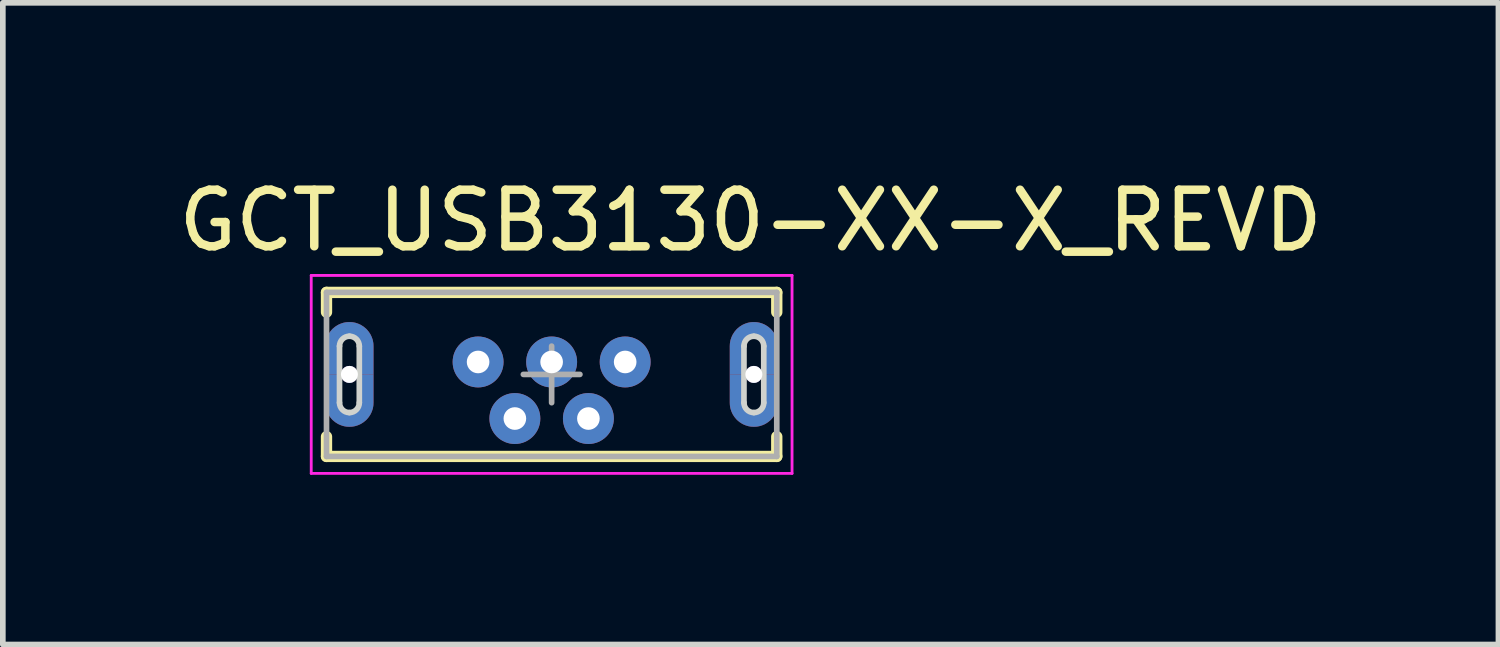
<source format=kicad_pcb>
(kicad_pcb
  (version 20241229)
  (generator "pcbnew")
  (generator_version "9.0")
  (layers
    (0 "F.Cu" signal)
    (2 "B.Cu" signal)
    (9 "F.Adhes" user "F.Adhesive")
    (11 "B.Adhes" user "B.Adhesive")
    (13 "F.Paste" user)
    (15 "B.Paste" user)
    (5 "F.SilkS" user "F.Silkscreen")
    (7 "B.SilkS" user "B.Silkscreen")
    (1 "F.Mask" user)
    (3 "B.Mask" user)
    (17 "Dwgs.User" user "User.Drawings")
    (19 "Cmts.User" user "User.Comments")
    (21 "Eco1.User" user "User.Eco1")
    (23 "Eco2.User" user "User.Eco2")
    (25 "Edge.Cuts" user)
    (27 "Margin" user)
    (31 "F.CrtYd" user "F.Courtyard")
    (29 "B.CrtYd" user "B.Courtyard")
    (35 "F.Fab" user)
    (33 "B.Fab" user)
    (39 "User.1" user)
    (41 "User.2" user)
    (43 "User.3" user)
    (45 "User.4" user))
  (footprint "GCT_USB3130-XX-X_REVD"
    (layer "F.Cu")
    (at 6.702 3.569)
    (property "Reference" "GCT_USB3130-XX-X_REVD" (at 3.518 -2.72 0) (layer "F.SilkS") (effects (font (size 1 1) (thickness 0.15))))
    (attr smd)
    (fp_poly (pts (xy -3.76 0) (xy -4 0) (xy -4 0.5) (xy -3.999 0.522) (xy -3.998 0.544) (xy -3.995 0.566) (xy -3.991 0.588) (xy -3.986 0.61) (xy -3.979 0.631) (xy -3.972 0.652) (xy -3.963 0.673) (xy -3.954 0.693) (xy -3.943 0.713) (xy -3.931 0.731) (xy -3.919 0.75) (xy -3.905 0.767) (xy -3.891 0.784) (xy -3.876 0.801) (xy -3.859 0.816) (xy -3.842 0.83) (xy -3.825 0.844) (xy -3.806 0.856) (xy -3.788 0.868) (xy -3.768 0.879) (xy -3.748 0.888) (xy -3.727 0.897) (xy -3.706 0.904) (xy -3.685 0.911) (xy -3.663 0.916) (xy -3.641 0.92) (xy -3.619 0.923) (xy -3.597 0.924) (xy -3.575 0.925) (xy -3.553 0.924) (xy -3.531 0.923) (xy -3.509 0.92) (xy -3.487 0.916) (xy -3.465 0.911) (xy -3.444 0.904) (xy -3.423 0.897) (xy -3.402 0.888) (xy -3.382 0.879) (xy -3.362 0.868) (xy -3.344 0.856) (xy -3.325 0.844) (xy -3.308 0.83) (xy -3.291 0.816) (xy -3.274 0.801) (xy -3.259 0.784) (xy -3.245 0.767) (xy -3.231 0.75) (xy -3.219 0.731) (xy -3.207 0.713) (xy -3.196 0.693) (xy -3.187 0.673) (xy -3.178 0.652) (xy -3.171 0.631) (xy -3.164 0.61) (xy -3.159 0.588) (xy -3.155 0.566) (xy -3.152 0.544) (xy -3.151 0.522) (xy -3.15 0.5) (xy -3.15 0) (xy -3.39 0) (xy -3.4 0.5) (xy -3.4 0.509) (xy -3.401 0.518) (xy -3.402 0.527) (xy -3.404 0.536) (xy -3.406 0.545) (xy -3.409 0.554) (xy -3.412 0.563) (xy -3.415 0.571) (xy -3.419 0.579) (xy -3.423 0.588) (xy -3.428 0.595) (xy -3.433 0.603) (xy -3.439 0.61) (xy -3.445 0.617) (xy -3.451 0.624) (xy -3.458 0.63) (xy -3.465 0.636) (xy -3.472 0.642) (xy -3.48 0.647) (xy -3.487 0.652) (xy -3.496 0.656) (xy -3.504 0.66) (xy -3.512 0.663) (xy -3.521 0.666) (xy -3.53 0.669) (xy -3.539 0.671) (xy -3.548 0.673) (xy -3.557 0.674) (xy -3.566 0.675) (xy -3.575 0.675) (xy -3.584 0.675) (xy -3.593 0.674) (xy -3.602 0.673) (xy -3.611 0.671) (xy -3.62 0.669) (xy -3.629 0.666) (xy -3.638 0.663) (xy -3.646 0.66) (xy -3.654 0.656) (xy -3.663 0.652) (xy -3.67 0.647) (xy -3.678 0.642) (xy -3.685 0.636) (xy -3.692 0.63) (xy -3.699 0.624) (xy -3.705 0.617) (xy -3.711 0.61) (xy -3.717 0.603) (xy -3.722 0.595) (xy -3.727 0.588) (xy -3.731 0.579) (xy -3.735 0.571) (xy -3.738 0.563) (xy -3.741 0.554) (xy -3.744 0.545) (xy -3.746 0.536) (xy -3.748 0.527) (xy -3.749 0.518) (xy -3.75 0.509) (xy -3.75 0.5) (xy -3.76 0)) (stroke (width 0.001) (type solid)) (fill yes) (layer "F.Cu"))
    (fp_poly (pts (xy -3.38 0) (xy -3.15 0) (xy -3.15 -0.5) (xy -3.151 -0.522) (xy -3.152 -0.544) (xy -3.155 -0.566) (xy -3.159 -0.588) (xy -3.164 -0.61) (xy -3.171 -0.631) (xy -3.178 -0.652) (xy -3.187 -0.673) (xy -3.196 -0.693) (xy -3.207 -0.713) (xy -3.219 -0.731) (xy -3.231 -0.75) (xy -3.245 -0.767) (xy -3.259 -0.784) (xy -3.274 -0.801) (xy -3.291 -0.816) (xy -3.308 -0.83) (xy -3.325 -0.844) (xy -3.344 -0.856) (xy -3.362 -0.868) (xy -3.382 -0.879) (xy -3.402 -0.888) (xy -3.423 -0.897) (xy -3.444 -0.904) (xy -3.465 -0.911) (xy -3.487 -0.916) (xy -3.509 -0.92) (xy -3.531 -0.923) (xy -3.553 -0.924) (xy -3.575 -0.925) (xy -3.597 -0.924) (xy -3.619 -0.923) (xy -3.641 -0.92) (xy -3.663 -0.916) (xy -3.685 -0.911) (xy -3.706 -0.904) (xy -3.727 -0.897) (xy -3.748 -0.888) (xy -3.768 -0.879) (xy -3.788 -0.868) (xy -3.806 -0.856) (xy -3.825 -0.844) (xy -3.842 -0.83) (xy -3.859 -0.816) (xy -3.876 -0.801) (xy -3.891 -0.784) (xy -3.905 -0.767) (xy -3.919 -0.75) (xy -3.931 -0.731) (xy -3.943 -0.713) (xy -3.954 -0.693) (xy -3.963 -0.673) (xy -3.972 -0.652) (xy -3.979 -0.631) (xy -3.986 -0.61) (xy -3.991 -0.588) (xy -3.995 -0.566) (xy -3.998 -0.544) (xy -3.999 -0.522) (xy -4 -0.5) (xy -4 0) (xy -3.76 0) (xy -3.75 -0.5) (xy -3.75 -0.509) (xy -3.749 -0.518) (xy -3.748 -0.527) (xy -3.746 -0.536) (xy -3.744 -0.545) (xy -3.741 -0.554) (xy -3.738 -0.563) (xy -3.735 -0.571) (xy -3.731 -0.579) (xy -3.727 -0.588) (xy -3.722 -0.595) (xy -3.717 -0.603) (xy -3.711 -0.61) (xy -3.705 -0.617) (xy -3.699 -0.624) (xy -3.692 -0.63) (xy -3.685 -0.636) (xy -3.678 -0.642) (xy -3.67 -0.647) (xy -3.663 -0.652) (xy -3.654 -0.656) (xy -3.646 -0.66) (xy -3.638 -0.663) (xy -3.629 -0.666) (xy -3.62 -0.669) (xy -3.611 -0.671) (xy -3.602 -0.673) (xy -3.593 -0.674) (xy -3.584 -0.675) (xy -3.575 -0.675) (xy -3.566 -0.675) (xy -3.557 -0.674) (xy -3.548 -0.673) (xy -3.539 -0.671) (xy -3.53 -0.669) (xy -3.521 -0.666) (xy -3.512 -0.663) (xy -3.504 -0.66) (xy -3.496 -0.656) (xy -3.487 -0.652) (xy -3.48 -0.647) (xy -3.472 -0.642) (xy -3.465 -0.636) (xy -3.458 -0.63) (xy -3.451 -0.624) (xy -3.445 -0.617) (xy -3.439 -0.61) (xy -3.433 -0.603) (xy -3.428 -0.595) (xy -3.423 -0.588) (xy -3.419 -0.579) (xy -3.415 -0.571) (xy -3.412 -0.563) (xy -3.409 -0.554) (xy -3.406 -0.545) (xy -3.404 -0.536) (xy -3.402 -0.527) (xy -3.401 -0.518) (xy -3.4 -0.509) (xy -3.4 -0.5) (xy -3.39 0)) (stroke (width 0.001) (type solid)) (fill yes) (layer "F.Cu"))
    (fp_poly (pts (xy 3.39 0) (xy 3.15 0) (xy 3.15 0.5) (xy 3.151 0.522) (xy 3.152 0.544) (xy 3.155 0.566) (xy 3.159 0.588) (xy 3.164 0.61) (xy 3.171 0.631) (xy 3.178 0.652) (xy 3.187 0.673) (xy 3.196 0.693) (xy 3.207 0.713) (xy 3.219 0.731) (xy 3.231 0.75) (xy 3.245 0.767) (xy 3.259 0.784) (xy 3.274 0.801) (xy 3.291 0.816) (xy 3.308 0.83) (xy 3.325 0.844) (xy 3.344 0.856) (xy 3.362 0.868) (xy 3.382 0.879) (xy 3.402 0.888) (xy 3.423 0.897) (xy 3.444 0.904) (xy 3.465 0.911) (xy 3.487 0.916) (xy 3.509 0.92) (xy 3.531 0.923) (xy 3.553 0.924) (xy 3.575 0.925) (xy 3.597 0.924) (xy 3.619 0.923) (xy 3.641 0.92) (xy 3.663 0.916) (xy 3.685 0.911) (xy 3.706 0.904) (xy 3.727 0.897) (xy 3.748 0.888) (xy 3.768 0.879) (xy 3.788 0.868) (xy 3.806 0.856) (xy 3.825 0.844) (xy 3.842 0.83) (xy 3.859 0.816) (xy 3.876 0.801) (xy 3.891 0.784) (xy 3.905 0.767) (xy 3.919 0.75) (xy 3.931 0.731) (xy 3.943 0.713) (xy 3.954 0.693) (xy 3.963 0.673) (xy 3.972 0.652) (xy 3.979 0.631) (xy 3.986 0.61) (xy 3.991 0.588) (xy 3.995 0.566) (xy 3.998 0.544) (xy 3.999 0.522) (xy 4 0.5) (xy 4 0) (xy 3.76 0) (xy 3.75 0.5) (xy 3.75 0.509) (xy 3.749 0.518) (xy 3.748 0.527) (xy 3.746 0.536) (xy 3.744 0.545) (xy 3.741 0.554) (xy 3.738 0.563) (xy 3.735 0.571) (xy 3.731 0.579) (xy 3.727 0.588) (xy 3.722 0.595) (xy 3.717 0.603) (xy 3.711 0.61) (xy 3.705 0.617) (xy 3.699 0.624) (xy 3.692 0.63) (xy 3.685 0.636) (xy 3.678 0.642) (xy 3.67 0.647) (xy 3.663 0.652) (xy 3.654 0.656) (xy 3.646 0.66) (xy 3.638 0.663) (xy 3.629 0.666) (xy 3.62 0.669) (xy 3.611 0.671) (xy 3.602 0.673) (xy 3.593 0.674) (xy 3.584 0.675) (xy 3.575 0.675) (xy 3.566 0.675) (xy 3.557 0.674) (xy 3.548 0.673) (xy 3.539 0.671) (xy 3.53 0.669) (xy 3.521 0.666) (xy 3.512 0.663) (xy 3.504 0.66) (xy 3.496 0.656) (xy 3.487 0.652) (xy 3.48 0.647) (xy 3.472 0.642) (xy 3.465 0.636) (xy 3.458 0.63) (xy 3.451 0.624) (xy 3.445 0.617) (xy 3.439 0.61) (xy 3.433 0.603) (xy 3.428 0.595) (xy 3.423 0.588) (xy 3.419 0.579) (xy 3.415 0.571) (xy 3.412 0.563) (xy 3.409 0.554) (xy 3.406 0.545) (xy 3.404 0.536) (xy 3.402 0.527) (xy 3.401 0.518) (xy 3.4 0.509) (xy 3.4 0.5) (xy 3.39 0)) (stroke (width 0.001) (type solid)) (fill yes) (layer "F.Cu"))
    (fp_poly (pts (xy 3.76 0) (xy 4 0) (xy 4 -0.5) (xy 3.999 -0.522) (xy 3.998 -0.544) (xy 3.995 -0.566) (xy 3.991 -0.588) (xy 3.986 -0.61) (xy 3.979 -0.631) (xy 3.972 -0.652) (xy 3.963 -0.673) (xy 3.954 -0.693) (xy 3.943 -0.713) (xy 3.931 -0.731) (xy 3.919 -0.75) (xy 3.905 -0.767) (xy 3.891 -0.784) (xy 3.876 -0.801) (xy 3.859 -0.816) (xy 3.842 -0.83) (xy 3.825 -0.844) (xy 3.806 -0.856) (xy 3.788 -0.868) (xy 3.768 -0.879) (xy 3.748 -0.888) (xy 3.727 -0.897) (xy 3.706 -0.904) (xy 3.685 -0.911) (xy 3.663 -0.916) (xy 3.641 -0.92) (xy 3.619 -0.923) (xy 3.597 -0.924) (xy 3.575 -0.925) (xy 3.553 -0.924) (xy 3.531 -0.923) (xy 3.509 -0.92) (xy 3.487 -0.916) (xy 3.465 -0.911) (xy 3.444 -0.904) (xy 3.423 -0.897) (xy 3.402 -0.888) (xy 3.382 -0.879) (xy 3.362 -0.868) (xy 3.344 -0.856) (xy 3.325 -0.844) (xy 3.308 -0.83) (xy 3.291 -0.816) (xy 3.274 -0.801) (xy 3.259 -0.784) (xy 3.245 -0.767) (xy 3.231 -0.75) (xy 3.219 -0.731) (xy 3.207 -0.713) (xy 3.196 -0.693) (xy 3.187 -0.673) (xy 3.178 -0.652) (xy 3.171 -0.631) (xy 3.164 -0.61) (xy 3.159 -0.588) (xy 3.155 -0.566) (xy 3.152 -0.544) (xy 3.151 -0.522) (xy 3.15 -0.5) (xy 3.15 0) (xy 3.39 0) (xy 3.4 -0.5) (xy 3.4 -0.509) (xy 3.401 -0.518) (xy 3.402 -0.527) (xy 3.404 -0.536) (xy 3.406 -0.545) (xy 3.409 -0.554) (xy 3.412 -0.563) (xy 3.415 -0.571) (xy 3.419 -0.579) (xy 3.423 -0.588) (xy 3.428 -0.595) (xy 3.433 -0.603) (xy 3.439 -0.61) (xy 3.445 -0.617) (xy 3.451 -0.624) (xy 3.458 -0.63) (xy 3.465 -0.636) (xy 3.472 -0.642) (xy 3.48 -0.647) (xy 3.487 -0.652) (xy 3.496 -0.656) (xy 3.504 -0.66) (xy 3.512 -0.663) (xy 3.521 -0.666) (xy 3.53 -0.669) (xy 3.539 -0.671) (xy 3.548 -0.673) (xy 3.557 -0.674) (xy 3.566 -0.675) (xy 3.575 -0.675) (xy 3.584 -0.675) (xy 3.593 -0.674) (xy 3.602 -0.673) (xy 3.611 -0.671) (xy 3.62 -0.669) (xy 3.629 -0.666) (xy 3.638 -0.663) (xy 3.646 -0.66) (xy 3.654 -0.656) (xy 3.663 -0.652) (xy 3.67 -0.647) (xy 3.678 -0.642) (xy 3.685 -0.636) (xy 3.692 -0.63) (xy 3.699 -0.624) (xy 3.705 -0.617) (xy 3.711 -0.61) (xy 3.717 -0.603) (xy 3.722 -0.595) (xy 3.727 -0.588) (xy 3.731 -0.579) (xy 3.735 -0.571) (xy 3.738 -0.563) (xy 3.741 -0.554) (xy 3.744 -0.545) (xy 3.746 -0.536) (xy 3.748 -0.527) (xy 3.749 -0.518) (xy 3.75 -0.509) (xy 3.75 -0.5) (xy 3.76 0)) (stroke (width 0.001) (type solid)) (fill yes) (layer "F.Cu"))
    (fp_poly (pts (xy -4.107 -1.025) (xy -3.05 -1.025) (xy -3.05 1.027) (xy -4.107 1.027)) (stroke (width 0.01) (type solid)) (fill yes) (layer "F.Mask"))
    (fp_poly (pts (xy 3.055 -1.025) (xy 4.1 -1.025) (xy 4.1 1.027) (xy 3.055 1.027)) (stroke (width 0.01) (type solid)) (fill yes) (layer "F.Mask"))
    (fp_poly (pts (xy -3.75 0) (xy -4 0) (xy -4 0.5) (xy -3.999 0.522) (xy -3.998 0.544) (xy -3.995 0.566) (xy -3.991 0.588) (xy -3.986 0.61) (xy -3.979 0.631) (xy -3.972 0.652) (xy -3.963 0.673) (xy -3.954 0.693) (xy -3.943 0.713) (xy -3.931 0.731) (xy -3.919 0.75) (xy -3.905 0.767) (xy -3.891 0.784) (xy -3.876 0.801) (xy -3.859 0.816) (xy -3.842 0.83) (xy -3.825 0.844) (xy -3.806 0.856) (xy -3.788 0.868) (xy -3.768 0.879) (xy -3.748 0.888) (xy -3.727 0.897) (xy -3.706 0.904) (xy -3.685 0.911) (xy -3.663 0.916) (xy -3.641 0.92) (xy -3.619 0.923) (xy -3.597 0.924) (xy -3.575 0.925) (xy -3.553 0.924) (xy -3.531 0.923) (xy -3.509 0.92) (xy -3.487 0.916) (xy -3.465 0.911) (xy -3.444 0.904) (xy -3.423 0.897) (xy -3.402 0.888) (xy -3.382 0.879) (xy -3.362 0.868) (xy -3.344 0.856) (xy -3.325 0.844) (xy -3.308 0.83) (xy -3.291 0.816) (xy -3.274 0.801) (xy -3.259 0.784) (xy -3.245 0.767) (xy -3.231 0.75) (xy -3.219 0.731) (xy -3.207 0.713) (xy -3.196 0.693) (xy -3.187 0.673) (xy -3.178 0.652) (xy -3.171 0.631) (xy -3.164 0.61) (xy -3.159 0.588) (xy -3.155 0.566) (xy -3.152 0.544) (xy -3.151 0.522) (xy -3.15 0.5) (xy -3.15 0) (xy -3.4 0) (xy -3.4 0.5) (xy -3.4 0.509) (xy -3.401 0.518) (xy -3.402 0.527) (xy -3.404 0.536) (xy -3.406 0.545) (xy -3.409 0.554) (xy -3.412 0.563) (xy -3.415 0.571) (xy -3.419 0.579) (xy -3.423 0.588) (xy -3.428 0.595) (xy -3.433 0.603) (xy -3.439 0.61) (xy -3.445 0.617) (xy -3.451 0.624) (xy -3.458 0.63) (xy -3.465 0.636) (xy -3.472 0.642) (xy -3.48 0.647) (xy -3.487 0.652) (xy -3.496 0.656) (xy -3.504 0.66) (xy -3.512 0.663) (xy -3.521 0.666) (xy -3.53 0.669) (xy -3.539 0.671) (xy -3.548 0.673) (xy -3.557 0.674) (xy -3.566 0.675) (xy -3.575 0.675) (xy -3.584 0.675) (xy -3.593 0.674) (xy -3.602 0.673) (xy -3.611 0.671) (xy -3.62 0.669) (xy -3.629 0.666) (xy -3.638 0.663) (xy -3.646 0.66) (xy -3.654 0.656) (xy -3.663 0.652) (xy -3.67 0.647) (xy -3.678 0.642) (xy -3.685 0.636) (xy -3.692 0.63) (xy -3.699 0.624) (xy -3.705 0.617) (xy -3.711 0.61) (xy -3.717 0.603) (xy -3.722 0.595) (xy -3.727 0.588) (xy -3.731 0.579) (xy -3.735 0.571) (xy -3.738 0.563) (xy -3.741 0.554) (xy -3.744 0.545) (xy -3.746 0.536) (xy -3.748 0.527) (xy -3.749 0.518) (xy -3.75 0.509) (xy -3.75 0.5) (xy -3.75 0)) (stroke (width 0.001) (type solid)) (fill yes) (layer "B.Cu"))
    (fp_poly (pts (xy -3.4 0) (xy -3.15 0) (xy -3.15 -0.5) (xy -3.151 -0.522) (xy -3.152 -0.544) (xy -3.155 -0.566) (xy -3.159 -0.588) (xy -3.164 -0.61) (xy -3.171 -0.631) (xy -3.178 -0.652) (xy -3.187 -0.673) (xy -3.196 -0.693) (xy -3.207 -0.713) (xy -3.219 -0.731) (xy -3.231 -0.75) (xy -3.245 -0.767) (xy -3.259 -0.784) (xy -3.274 -0.801) (xy -3.291 -0.816) (xy -3.308 -0.83) (xy -3.325 -0.844) (xy -3.344 -0.856) (xy -3.362 -0.868) (xy -3.382 -0.879) (xy -3.402 -0.888) (xy -3.423 -0.897) (xy -3.444 -0.904) (xy -3.465 -0.911) (xy -3.487 -0.916) (xy -3.509 -0.92) (xy -3.531 -0.923) (xy -3.553 -0.924) (xy -3.575 -0.925) (xy -3.597 -0.924) (xy -3.619 -0.923) (xy -3.641 -0.92) (xy -3.663 -0.916) (xy -3.685 -0.911) (xy -3.706 -0.904) (xy -3.727 -0.897) (xy -3.748 -0.888) (xy -3.768 -0.879) (xy -3.788 -0.868) (xy -3.806 -0.856) (xy -3.825 -0.844) (xy -3.842 -0.83) (xy -3.859 -0.816) (xy -3.876 -0.801) (xy -3.891 -0.784) (xy -3.905 -0.767) (xy -3.919 -0.75) (xy -3.931 -0.731) (xy -3.943 -0.713) (xy -3.954 -0.693) (xy -3.963 -0.673) (xy -3.972 -0.652) (xy -3.979 -0.631) (xy -3.986 -0.61) (xy -3.991 -0.588) (xy -3.995 -0.566) (xy -3.998 -0.544) (xy -3.999 -0.522) (xy -4 -0.5) (xy -4 0) (xy -3.75 0) (xy -3.75 -0.5) (xy -3.75 -0.509) (xy -3.749 -0.518) (xy -3.748 -0.527) (xy -3.746 -0.536) (xy -3.744 -0.545) (xy -3.741 -0.554) (xy -3.738 -0.563) (xy -3.735 -0.571) (xy -3.731 -0.579) (xy -3.727 -0.588) (xy -3.722 -0.595) (xy -3.717 -0.603) (xy -3.711 -0.61) (xy -3.705 -0.617) (xy -3.699 -0.624) (xy -3.692 -0.63) (xy -3.685 -0.636) (xy -3.678 -0.642) (xy -3.67 -0.647) (xy -3.663 -0.652) (xy -3.654 -0.656) (xy -3.646 -0.66) (xy -3.638 -0.663) (xy -3.629 -0.666) (xy -3.62 -0.669) (xy -3.611 -0.671) (xy -3.602 -0.673) (xy -3.593 -0.674) (xy -3.584 -0.675) (xy -3.575 -0.675) (xy -3.566 -0.675) (xy -3.557 -0.674) (xy -3.548 -0.673) (xy -3.539 -0.671) (xy -3.53 -0.669) (xy -3.521 -0.666) (xy -3.512 -0.663) (xy -3.504 -0.66) (xy -3.496 -0.656) (xy -3.487 -0.652) (xy -3.48 -0.647) (xy -3.472 -0.642) (xy -3.465 -0.636) (xy -3.458 -0.63) (xy -3.451 -0.624) (xy -3.445 -0.617) (xy -3.439 -0.61) (xy -3.433 -0.603) (xy -3.428 -0.595) (xy -3.423 -0.588) (xy -3.419 -0.579) (xy -3.415 -0.571) (xy -3.412 -0.563) (xy -3.409 -0.554) (xy -3.406 -0.545) (xy -3.404 -0.536) (xy -3.402 -0.527) (xy -3.401 -0.518) (xy -3.4 -0.509) (xy -3.4 -0.5) (xy -3.4 0)) (stroke (width 0.001) (type solid)) (fill yes) (layer "B.Cu"))
    (fp_poly (pts (xy 3.4 0) (xy 3.15 0) (xy 3.15 0.5) (xy 3.151 0.522) (xy 3.152 0.544) (xy 3.155 0.566) (xy 3.159 0.588) (xy 3.164 0.61) (xy 3.171 0.631) (xy 3.178 0.652) (xy 3.187 0.673) (xy 3.196 0.693) (xy 3.207 0.713) (xy 3.219 0.731) (xy 3.231 0.75) (xy 3.245 0.767) (xy 3.259 0.784) (xy 3.274 0.801) (xy 3.291 0.816) (xy 3.308 0.83) (xy 3.325 0.844) (xy 3.344 0.856) (xy 3.362 0.868) (xy 3.382 0.879) (xy 3.402 0.888) (xy 3.423 0.897) (xy 3.444 0.904) (xy 3.465 0.911) (xy 3.487 0.916) (xy 3.509 0.92) (xy 3.531 0.923) (xy 3.553 0.924) (xy 3.575 0.925) (xy 3.597 0.924) (xy 3.619 0.923) (xy 3.641 0.92) (xy 3.663 0.916) (xy 3.685 0.911) (xy 3.706 0.904) (xy 3.727 0.897) (xy 3.748 0.888) (xy 3.768 0.879) (xy 3.788 0.868) (xy 3.806 0.856) (xy 3.825 0.844) (xy 3.842 0.83) (xy 3.859 0.816) (xy 3.876 0.801) (xy 3.891 0.784) (xy 3.905 0.767) (xy 3.919 0.75) (xy 3.931 0.731) (xy 3.943 0.713) (xy 3.954 0.693) (xy 3.963 0.673) (xy 3.972 0.652) (xy 3.979 0.631) (xy 3.986 0.61) (xy 3.991 0.588) (xy 3.995 0.566) (xy 3.998 0.544) (xy 3.999 0.522) (xy 4 0.5) (xy 4 0) (xy 3.75 0) (xy 3.75 0.5) (xy 3.75 0.509) (xy 3.749 0.518) (xy 3.748 0.527) (xy 3.746 0.536) (xy 3.744 0.545) (xy 3.741 0.554) (xy 3.738 0.563) (xy 3.735 0.571) (xy 3.731 0.579) (xy 3.727 0.588) (xy 3.722 0.595) (xy 3.717 0.603) (xy 3.711 0.61) (xy 3.705 0.617) (xy 3.699 0.624) (xy 3.692 0.63) (xy 3.685 0.636) (xy 3.678 0.642) (xy 3.67 0.647) (xy 3.663 0.652) (xy 3.654 0.656) (xy 3.646 0.66) (xy 3.638 0.663) (xy 3.629 0.666) (xy 3.62 0.669) (xy 3.611 0.671) (xy 3.602 0.673) (xy 3.593 0.674) (xy 3.584 0.675) (xy 3.575 0.675) (xy 3.566 0.675) (xy 3.557 0.674) (xy 3.548 0.673) (xy 3.539 0.671) (xy 3.53 0.669) (xy 3.521 0.666) (xy 3.512 0.663) (xy 3.504 0.66) (xy 3.496 0.656) (xy 3.487 0.652) (xy 3.48 0.647) (xy 3.472 0.642) (xy 3.465 0.636) (xy 3.458 0.63) (xy 3.451 0.624) (xy 3.445 0.617) (xy 3.439 0.61) (xy 3.433 0.603) (xy 3.428 0.595) (xy 3.423 0.588) (xy 3.419 0.579) (xy 3.415 0.571) (xy 3.412 0.563) (xy 3.409 0.554) (xy 3.406 0.545) (xy 3.404 0.536) (xy 3.402 0.527) (xy 3.401 0.518) (xy 3.4 0.509) (xy 3.4 0.5) (xy 3.4 0)) (stroke (width 0.001) (type solid)) (fill yes) (layer "B.Cu"))
    (fp_poly (pts (xy 3.75 0) (xy 4 0) (xy 4 -0.5) (xy 3.999 -0.522) (xy 3.998 -0.544) (xy 3.995 -0.566) (xy 3.991 -0.588) (xy 3.986 -0.61) (xy 3.979 -0.631) (xy 3.972 -0.652) (xy 3.963 -0.673) (xy 3.954 -0.693) (xy 3.943 -0.713) (xy 3.931 -0.731) (xy 3.919 -0.75) (xy 3.905 -0.767) (xy 3.891 -0.784) (xy 3.876 -0.801) (xy 3.859 -0.816) (xy 3.842 -0.83) (xy 3.825 -0.844) (xy 3.806 -0.856) (xy 3.788 -0.868) (xy 3.768 -0.879) (xy 3.748 -0.888) (xy 3.727 -0.897) (xy 3.706 -0.904) (xy 3.685 -0.911) (xy 3.663 -0.916) (xy 3.641 -0.92) (xy 3.619 -0.923) (xy 3.597 -0.924) (xy 3.575 -0.925) (xy 3.553 -0.924) (xy 3.531 -0.923) (xy 3.509 -0.92) (xy 3.487 -0.916) (xy 3.465 -0.911) (xy 3.444 -0.904) (xy 3.423 -0.897) (xy 3.402 -0.888) (xy 3.382 -0.879) (xy 3.362 -0.868) (xy 3.344 -0.856) (xy 3.325 -0.844) (xy 3.308 -0.83) (xy 3.291 -0.816) (xy 3.274 -0.801) (xy 3.259 -0.784) (xy 3.245 -0.767) (xy 3.231 -0.75) (xy 3.219 -0.731) (xy 3.207 -0.713) (xy 3.196 -0.693) (xy 3.187 -0.673) (xy 3.178 -0.652) (xy 3.171 -0.631) (xy 3.164 -0.61) (xy 3.159 -0.588) (xy 3.155 -0.566) (xy 3.152 -0.544) (xy 3.151 -0.522) (xy 3.15 -0.5) (xy 3.15 0) (xy 3.4 0) (xy 3.4 -0.5) (xy 3.4 -0.509) (xy 3.401 -0.518) (xy 3.402 -0.527) (xy 3.404 -0.536) (xy 3.406 -0.545) (xy 3.409 -0.554) (xy 3.412 -0.563) (xy 3.415 -0.571) (xy 3.419 -0.579) (xy 3.423 -0.588) (xy 3.428 -0.595) (xy 3.433 -0.603) (xy 3.439 -0.61) (xy 3.445 -0.617) (xy 3.451 -0.624) (xy 3.458 -0.63) (xy 3.465 -0.636) (xy 3.472 -0.642) (xy 3.48 -0.647) (xy 3.487 -0.652) (xy 3.496 -0.656) (xy 3.504 -0.66) (xy 3.512 -0.663) (xy 3.521 -0.666) (xy 3.53 -0.669) (xy 3.539 -0.671) (xy 3.548 -0.673) (xy 3.557 -0.674) (xy 3.566 -0.675) (xy 3.575 -0.675) (xy 3.584 -0.675) (xy 3.593 -0.674) (xy 3.602 -0.673) (xy 3.611 -0.671) (xy 3.62 -0.669) (xy 3.629 -0.666) (xy 3.638 -0.663) (xy 3.646 -0.66) (xy 3.654 -0.656) (xy 3.663 -0.652) (xy 3.67 -0.647) (xy 3.678 -0.642) (xy 3.685 -0.636) (xy 3.692 -0.63) (xy 3.699 -0.624) (xy 3.705 -0.617) (xy 3.711 -0.61) (xy 3.717 -0.603) (xy 3.722 -0.595) (xy 3.727 -0.588) (xy 3.731 -0.579) (xy 3.735 -0.571) (xy 3.738 -0.563) (xy 3.741 -0.554) (xy 3.744 -0.545) (xy 3.746 -0.536) (xy 3.748 -0.527) (xy 3.749 -0.518) (xy 3.75 -0.509) (xy 3.75 -0.5) (xy 3.75 0)) (stroke (width 0.001) (type solid)) (fill yes) (layer "B.Cu"))
    (fp_poly (pts (xy -4.108 -1.025) (xy -3.05 -1.025) (xy -3.05 1.027) (xy -4.108 1.027)) (stroke (width 0.01) (type solid)) (fill yes) (layer "B.Mask"))
    (fp_poly (pts (xy 3.055 -1.025) (xy 4.1 -1.025) (xy 4.1 1.027) (xy 3.055 1.027)) (stroke (width 0.01) (type solid)) (fill yes) (layer "B.Mask"))
    (fp_line (start -3.98 -1.45) (end 3.98 -1.45) (stroke (width 0.2) (type solid)) (layer "F.SilkS"))
    (fp_line (start -3.98 -1.1) (end -3.98 -1.45) (stroke (width 0.2) (type solid)) (layer "F.SilkS"))
    (fp_line (start -3.98 1.45) (end -3.98 1.1) (stroke (width 0.2) (type solid)) (layer "F.SilkS"))
    (fp_line (start -3.98 1.45) (end 3.98 1.45) (stroke (width 0.2) (type solid)) (layer "F.SilkS"))
    (fp_line (start 3.98 -1.1) (end 3.98 -1.45) (stroke (width 0.2) (type solid)) (layer "F.SilkS"))
    (fp_line (start 3.98 1.45) (end 3.98 1.1) (stroke (width 0.2) (type solid)) (layer "F.SilkS"))
    (fp_poly (pts (xy -3.75 0) (xy -4 0) (xy -4 0.5) (xy -3.999 0.522) (xy -3.998 0.544) (xy -3.995 0.566) (xy -3.991 0.588) (xy -3.986 0.61) (xy -3.979 0.631) (xy -3.972 0.652) (xy -3.963 0.673) (xy -3.954 0.693) (xy -3.943 0.713) (xy -3.931 0.731) (xy -3.919 0.75) (xy -3.905 0.767) (xy -3.891 0.784) (xy -3.876 0.801) (xy -3.859 0.816) (xy -3.842 0.83) (xy -3.825 0.844) (xy -3.806 0.856) (xy -3.788 0.868) (xy -3.768 0.879) (xy -3.748 0.888) (xy -3.727 0.897) (xy -3.706 0.904) (xy -3.685 0.911) (xy -3.663 0.916) (xy -3.641 0.92) (xy -3.619 0.923) (xy -3.597 0.924) (xy -3.575 0.925) (xy -3.553 0.924) (xy -3.531 0.923) (xy -3.509 0.92) (xy -3.487 0.916) (xy -3.465 0.911) (xy -3.444 0.904) (xy -3.423 0.897) (xy -3.402 0.888) (xy -3.382 0.879) (xy -3.362 0.868) (xy -3.344 0.856) (xy -3.325 0.844) (xy -3.308 0.83) (xy -3.291 0.816) (xy -3.274 0.801) (xy -3.259 0.784) (xy -3.245 0.767) (xy -3.231 0.75) (xy -3.219 0.731) (xy -3.207 0.713) (xy -3.196 0.693) (xy -3.187 0.673) (xy -3.178 0.652) (xy -3.171 0.631) (xy -3.164 0.61) (xy -3.159 0.588) (xy -3.155 0.566) (xy -3.152 0.544) (xy -3.151 0.522) (xy -3.15 0.5) (xy -3.15 0) (xy -3.4 0) (xy -3.4 0.5) (xy -3.4 0.509) (xy -3.401 0.518) (xy -3.402 0.527) (xy -3.404 0.536) (xy -3.406 0.545) (xy -3.409 0.554) (xy -3.412 0.563) (xy -3.415 0.571) (xy -3.419 0.579) (xy -3.423 0.588) (xy -3.428 0.595) (xy -3.433 0.603) (xy -3.439 0.61) (xy -3.445 0.617) (xy -3.451 0.624) (xy -3.458 0.63) (xy -3.465 0.636) (xy -3.472 0.642) (xy -3.48 0.647) (xy -3.487 0.652) (xy -3.496 0.656) (xy -3.504 0.66) (xy -3.512 0.663) (xy -3.521 0.666) (xy -3.53 0.669) (xy -3.539 0.671) (xy -3.548 0.673) (xy -3.557 0.674) (xy -3.566 0.675) (xy -3.575 0.675) (xy -3.584 0.675) (xy -3.593 0.674) (xy -3.602 0.673) (xy -3.611 0.671) (xy -3.62 0.669) (xy -3.629 0.666) (xy -3.638 0.663) (xy -3.646 0.66) (xy -3.654 0.656) (xy -3.663 0.652) (xy -3.67 0.647) (xy -3.678 0.642) (xy -3.685 0.636) (xy -3.692 0.63) (xy -3.699 0.624) (xy -3.705 0.617) (xy -3.711 0.61) (xy -3.717 0.603) (xy -3.722 0.595) (xy -3.727 0.588) (xy -3.731 0.579) (xy -3.735 0.571) (xy -3.738 0.563) (xy -3.741 0.554) (xy -3.744 0.545) (xy -3.746 0.536) (xy -3.748 0.527) (xy -3.749 0.518) (xy -3.75 0.509) (xy -3.75 0.5) (xy -3.75 0)) (stroke (width 0.001) (type solid)) (fill yes) (layer "F.Paste"))
    (fp_poly (pts (xy -3.4 0) (xy -3.15 0) (xy -3.15 -0.5) (xy -3.151 -0.522) (xy -3.152 -0.544) (xy -3.155 -0.566) (xy -3.159 -0.588) (xy -3.164 -0.61) (xy -3.171 -0.631) (xy -3.178 -0.652) (xy -3.187 -0.673) (xy -3.196 -0.693) (xy -3.207 -0.713) (xy -3.219 -0.731) (xy -3.231 -0.75) (xy -3.245 -0.767) (xy -3.259 -0.784) (xy -3.274 -0.801) (xy -3.291 -0.816) (xy -3.308 -0.83) (xy -3.325 -0.844) (xy -3.344 -0.856) (xy -3.362 -0.868) (xy -3.382 -0.879) (xy -3.402 -0.888) (xy -3.423 -0.897) (xy -3.444 -0.904) (xy -3.465 -0.911) (xy -3.487 -0.916) (xy -3.509 -0.92) (xy -3.531 -0.923) (xy -3.553 -0.924) (xy -3.575 -0.925) (xy -3.597 -0.924) (xy -3.619 -0.923) (xy -3.641 -0.92) (xy -3.663 -0.916) (xy -3.685 -0.911) (xy -3.706 -0.904) (xy -3.727 -0.897) (xy -3.748 -0.888) (xy -3.768 -0.879) (xy -3.788 -0.868) (xy -3.806 -0.856) (xy -3.825 -0.844) (xy -3.842 -0.83) (xy -3.859 -0.816) (xy -3.876 -0.801) (xy -3.891 -0.784) (xy -3.905 -0.767) (xy -3.919 -0.75) (xy -3.931 -0.731) (xy -3.943 -0.713) (xy -3.954 -0.693) (xy -3.963 -0.673) (xy -3.972 -0.652) (xy -3.979 -0.631) (xy -3.986 -0.61) (xy -3.991 -0.588) (xy -3.995 -0.566) (xy -3.998 -0.544) (xy -3.999 -0.522) (xy -4 -0.5) (xy -4 0) (xy -3.75 0) (xy -3.75 -0.5) (xy -3.75 -0.509) (xy -3.749 -0.518) (xy -3.748 -0.527) (xy -3.746 -0.536) (xy -3.744 -0.545) (xy -3.741 -0.554) (xy -3.738 -0.563) (xy -3.735 -0.571) (xy -3.731 -0.579) (xy -3.727 -0.588) (xy -3.722 -0.595) (xy -3.717 -0.603) (xy -3.711 -0.61) (xy -3.705 -0.617) (xy -3.699 -0.624) (xy -3.692 -0.63) (xy -3.685 -0.636) (xy -3.678 -0.642) (xy -3.67 -0.647) (xy -3.663 -0.652) (xy -3.654 -0.656) (xy -3.646 -0.66) (xy -3.638 -0.663) (xy -3.629 -0.666) (xy -3.62 -0.669) (xy -3.611 -0.671) (xy -3.602 -0.673) (xy -3.593 -0.674) (xy -3.584 -0.675) (xy -3.575 -0.675) (xy -3.566 -0.675) (xy -3.557 -0.674) (xy -3.548 -0.673) (xy -3.539 -0.671) (xy -3.53 -0.669) (xy -3.521 -0.666) (xy -3.512 -0.663) (xy -3.504 -0.66) (xy -3.496 -0.656) (xy -3.487 -0.652) (xy -3.48 -0.647) (xy -3.472 -0.642) (xy -3.465 -0.636) (xy -3.458 -0.63) (xy -3.451 -0.624) (xy -3.445 -0.617) (xy -3.439 -0.61) (xy -3.433 -0.603) (xy -3.428 -0.595) (xy -3.423 -0.588) (xy -3.419 -0.579) (xy -3.415 -0.571) (xy -3.412 -0.563) (xy -3.409 -0.554) (xy -3.406 -0.545) (xy -3.404 -0.536) (xy -3.402 -0.527) (xy -3.401 -0.518) (xy -3.4 -0.509) (xy -3.4 -0.5) (xy -3.4 0)) (stroke (width 0.001) (type solid)) (fill yes) (layer "F.Paste"))
    (fp_poly (pts (xy 3.4 0) (xy 3.15 0) (xy 3.15 0.5) (xy 3.151 0.522) (xy 3.152 0.544) (xy 3.155 0.566) (xy 3.159 0.588) (xy 3.164 0.61) (xy 3.171 0.631) (xy 3.178 0.652) (xy 3.187 0.673) (xy 3.196 0.693) (xy 3.207 0.713) (xy 3.219 0.731) (xy 3.231 0.75) (xy 3.245 0.767) (xy 3.259 0.784) (xy 3.274 0.801) (xy 3.291 0.816) (xy 3.308 0.83) (xy 3.325 0.844) (xy 3.344 0.856) (xy 3.362 0.868) (xy 3.382 0.879) (xy 3.402 0.888) (xy 3.423 0.897) (xy 3.444 0.904) (xy 3.465 0.911) (xy 3.487 0.916) (xy 3.509 0.92) (xy 3.531 0.923) (xy 3.553 0.924) (xy 3.575 0.925) (xy 3.597 0.924) (xy 3.619 0.923) (xy 3.641 0.92) (xy 3.663 0.916) (xy 3.685 0.911) (xy 3.706 0.904) (xy 3.727 0.897) (xy 3.748 0.888) (xy 3.768 0.879) (xy 3.788 0.868) (xy 3.806 0.856) (xy 3.825 0.844) (xy 3.842 0.83) (xy 3.859 0.816) (xy 3.876 0.801) (xy 3.891 0.784) (xy 3.905 0.767) (xy 3.919 0.75) (xy 3.931 0.731) (xy 3.943 0.713) (xy 3.954 0.693) (xy 3.963 0.673) (xy 3.972 0.652) (xy 3.979 0.631) (xy 3.986 0.61) (xy 3.991 0.588) (xy 3.995 0.566) (xy 3.998 0.544) (xy 3.999 0.522) (xy 4 0.5) (xy 4 0) (xy 3.75 0) (xy 3.75 0.5) (xy 3.75 0.509) (xy 3.749 0.518) (xy 3.748 0.527) (xy 3.746 0.536) (xy 3.744 0.545) (xy 3.741 0.554) (xy 3.738 0.563) (xy 3.735 0.571) (xy 3.731 0.579) (xy 3.727 0.588) (xy 3.722 0.595) (xy 3.717 0.603) (xy 3.711 0.61) (xy 3.705 0.617) (xy 3.699 0.624) (xy 3.692 0.63) (xy 3.685 0.636) (xy 3.678 0.642) (xy 3.67 0.647) (xy 3.663 0.652) (xy 3.654 0.656) (xy 3.646 0.66) (xy 3.638 0.663) (xy 3.629 0.666) (xy 3.62 0.669) (xy 3.611 0.671) (xy 3.602 0.673) (xy 3.593 0.674) (xy 3.584 0.675) (xy 3.575 0.675) (xy 3.566 0.675) (xy 3.557 0.674) (xy 3.548 0.673) (xy 3.539 0.671) (xy 3.53 0.669) (xy 3.521 0.666) (xy 3.512 0.663) (xy 3.504 0.66) (xy 3.496 0.656) (xy 3.487 0.652) (xy 3.48 0.647) (xy 3.472 0.642) (xy 3.465 0.636) (xy 3.458 0.63) (xy 3.451 0.624) (xy 3.445 0.617) (xy 3.439 0.61) (xy 3.433 0.603) (xy 3.428 0.595) (xy 3.423 0.588) (xy 3.419 0.579) (xy 3.415 0.571) (xy 3.412 0.563) (xy 3.409 0.554) (xy 3.406 0.545) (xy 3.404 0.536) (xy 3.402 0.527) (xy 3.401 0.518) (xy 3.4 0.509) (xy 3.4 0.5) (xy 3.4 0)) (stroke (width 0.001) (type solid)) (fill yes) (layer "F.Paste"))
    (fp_poly (pts (xy 3.75 0) (xy 4 0) (xy 4 -0.5) (xy 3.999 -0.522) (xy 3.998 -0.544) (xy 3.995 -0.566) (xy 3.991 -0.588) (xy 3.986 -0.61) (xy 3.979 -0.631) (xy 3.972 -0.652) (xy 3.963 -0.673) (xy 3.954 -0.693) (xy 3.943 -0.713) (xy 3.931 -0.731) (xy 3.919 -0.75) (xy 3.905 -0.767) (xy 3.891 -0.784) (xy 3.876 -0.801) (xy 3.859 -0.816) (xy 3.842 -0.83) (xy 3.825 -0.844) (xy 3.806 -0.856) (xy 3.788 -0.868) (xy 3.768 -0.879) (xy 3.748 -0.888) (xy 3.727 -0.897) (xy 3.706 -0.904) (xy 3.685 -0.911) (xy 3.663 -0.916) (xy 3.641 -0.92) (xy 3.619 -0.923) (xy 3.597 -0.924) (xy 3.575 -0.925) (xy 3.553 -0.924) (xy 3.531 -0.923) (xy 3.509 -0.92) (xy 3.487 -0.916) (xy 3.465 -0.911) (xy 3.444 -0.904) (xy 3.423 -0.897) (xy 3.402 -0.888) (xy 3.382 -0.879) (xy 3.362 -0.868) (xy 3.344 -0.856) (xy 3.325 -0.844) (xy 3.308 -0.83) (xy 3.291 -0.816) (xy 3.274 -0.801) (xy 3.259 -0.784) (xy 3.245 -0.767) (xy 3.231 -0.75) (xy 3.219 -0.731) (xy 3.207 -0.713) (xy 3.196 -0.693) (xy 3.187 -0.673) (xy 3.178 -0.652) (xy 3.171 -0.631) (xy 3.164 -0.61) (xy 3.159 -0.588) (xy 3.155 -0.566) (xy 3.152 -0.544) (xy 3.151 -0.522) (xy 3.15 -0.5) (xy 3.15 0) (xy 3.4 0) (xy 3.4 -0.5) (xy 3.4 -0.509) (xy 3.401 -0.518) (xy 3.402 -0.527) (xy 3.404 -0.536) (xy 3.406 -0.545) (xy 3.409 -0.554) (xy 3.412 -0.563) (xy 3.415 -0.571) (xy 3.419 -0.579) (xy 3.423 -0.588) (xy 3.428 -0.595) (xy 3.433 -0.603) (xy 3.439 -0.61) (xy 3.445 -0.617) (xy 3.451 -0.624) (xy 3.458 -0.63) (xy 3.465 -0.636) (xy 3.472 -0.642) (xy 3.48 -0.647) (xy 3.487 -0.652) (xy 3.496 -0.656) (xy 3.504 -0.66) (xy 3.512 -0.663) (xy 3.521 -0.666) (xy 3.53 -0.669) (xy 3.539 -0.671) (xy 3.548 -0.673) (xy 3.557 -0.674) (xy 3.566 -0.675) (xy 3.575 -0.675) (xy 3.584 -0.675) (xy 3.593 -0.674) (xy 3.602 -0.673) (xy 3.611 -0.671) (xy 3.62 -0.669) (xy 3.629 -0.666) (xy 3.638 -0.663) (xy 3.646 -0.66) (xy 3.654 -0.656) (xy 3.663 -0.652) (xy 3.67 -0.647) (xy 3.678 -0.642) (xy 3.685 -0.636) (xy 3.692 -0.63) (xy 3.699 -0.624) (xy 3.705 -0.617) (xy 3.711 -0.61) (xy 3.717 -0.603) (xy 3.722 -0.595) (xy 3.727 -0.588) (xy 3.731 -0.579) (xy 3.735 -0.571) (xy 3.738 -0.563) (xy 3.741 -0.554) (xy 3.744 -0.545) (xy 3.746 -0.536) (xy 3.748 -0.527) (xy 3.749 -0.518) (xy 3.75 -0.509) (xy 3.75 -0.5) (xy 3.75 0)) (stroke (width 0.001) (type solid)) (fill yes) (layer "F.Paste"))
    (fp_poly (pts (xy -3.75 0) (xy -4 0) (xy -4 0.5) (xy -3.999 0.522) (xy -3.998 0.544) (xy -3.995 0.566) (xy -3.991 0.588) (xy -3.986 0.61) (xy -3.979 0.631) (xy -3.972 0.652) (xy -3.963 0.673) (xy -3.954 0.693) (xy -3.943 0.713) (xy -3.931 0.731) (xy -3.919 0.75) (xy -3.905 0.767) (xy -3.891 0.784) (xy -3.876 0.801) (xy -3.859 0.816) (xy -3.842 0.83) (xy -3.825 0.844) (xy -3.806 0.856) (xy -3.788 0.868) (xy -3.768 0.879) (xy -3.748 0.888) (xy -3.727 0.897) (xy -3.706 0.904) (xy -3.685 0.911) (xy -3.663 0.916) (xy -3.641 0.92) (xy -3.619 0.923) (xy -3.597 0.924) (xy -3.575 0.925) (xy -3.553 0.924) (xy -3.531 0.923) (xy -3.509 0.92) (xy -3.487 0.916) (xy -3.465 0.911) (xy -3.444 0.904) (xy -3.423 0.897) (xy -3.402 0.888) (xy -3.382 0.879) (xy -3.362 0.868) (xy -3.344 0.856) (xy -3.325 0.844) (xy -3.308 0.83) (xy -3.291 0.816) (xy -3.274 0.801) (xy -3.259 0.784) (xy -3.245 0.767) (xy -3.231 0.75) (xy -3.219 0.731) (xy -3.207 0.713) (xy -3.196 0.693) (xy -3.187 0.673) (xy -3.178 0.652) (xy -3.171 0.631) (xy -3.164 0.61) (xy -3.159 0.588) (xy -3.155 0.566) (xy -3.152 0.544) (xy -3.151 0.522) (xy -3.15 0.5) (xy -3.15 0) (xy -3.4 0) (xy -3.4 0.5) (xy -3.4 0.509) (xy -3.401 0.518) (xy -3.402 0.527) (xy -3.404 0.536) (xy -3.406 0.545) (xy -3.409 0.554) (xy -3.412 0.563) (xy -3.415 0.571) (xy -3.419 0.579) (xy -3.423 0.588) (xy -3.428 0.595) (xy -3.433 0.603) (xy -3.439 0.61) (xy -3.445 0.617) (xy -3.451 0.624) (xy -3.458 0.63) (xy -3.465 0.636) (xy -3.472 0.642) (xy -3.48 0.647) (xy -3.487 0.652) (xy -3.496 0.656) (xy -3.504 0.66) (xy -3.512 0.663) (xy -3.521 0.666) (xy -3.53 0.669) (xy -3.539 0.671) (xy -3.548 0.673) (xy -3.557 0.674) (xy -3.566 0.675) (xy -3.575 0.675) (xy -3.584 0.675) (xy -3.593 0.674) (xy -3.602 0.673) (xy -3.611 0.671) (xy -3.62 0.669) (xy -3.629 0.666) (xy -3.638 0.663) (xy -3.646 0.66) (xy -3.654 0.656) (xy -3.663 0.652) (xy -3.67 0.647) (xy -3.678 0.642) (xy -3.685 0.636) (xy -3.692 0.63) (xy -3.699 0.624) (xy -3.705 0.617) (xy -3.711 0.61) (xy -3.717 0.603) (xy -3.722 0.595) (xy -3.727 0.588) (xy -3.731 0.579) (xy -3.735 0.571) (xy -3.738 0.563) (xy -3.741 0.554) (xy -3.744 0.545) (xy -3.746 0.536) (xy -3.748 0.527) (xy -3.749 0.518) (xy -3.75 0.509) (xy -3.75 0.5) (xy -3.75 0)) (stroke (width 0.001) (type solid)) (fill yes) (layer "B.Paste"))
    (fp_poly (pts (xy -3.4 0) (xy -3.15 0) (xy -3.15 -0.5) (xy -3.151 -0.522) (xy -3.152 -0.544) (xy -3.155 -0.566) (xy -3.159 -0.588) (xy -3.164 -0.61) (xy -3.171 -0.631) (xy -3.178 -0.652) (xy -3.187 -0.673) (xy -3.196 -0.693) (xy -3.207 -0.713) (xy -3.219 -0.731) (xy -3.231 -0.75) (xy -3.245 -0.767) (xy -3.259 -0.784) (xy -3.274 -0.801) (xy -3.291 -0.816) (xy -3.308 -0.83) (xy -3.325 -0.844) (xy -3.344 -0.856) (xy -3.362 -0.868) (xy -3.382 -0.879) (xy -3.402 -0.888) (xy -3.423 -0.897) (xy -3.444 -0.904) (xy -3.465 -0.911) (xy -3.487 -0.916) (xy -3.509 -0.92) (xy -3.531 -0.923) (xy -3.553 -0.924) (xy -3.575 -0.925) (xy -3.597 -0.924) (xy -3.619 -0.923) (xy -3.641 -0.92) (xy -3.663 -0.916) (xy -3.685 -0.911) (xy -3.706 -0.904) (xy -3.727 -0.897) (xy -3.748 -0.888) (xy -3.768 -0.879) (xy -3.788 -0.868) (xy -3.806 -0.856) (xy -3.825 -0.844) (xy -3.842 -0.83) (xy -3.859 -0.816) (xy -3.876 -0.801) (xy -3.891 -0.784) (xy -3.905 -0.767) (xy -3.919 -0.75) (xy -3.931 -0.731) (xy -3.943 -0.713) (xy -3.954 -0.693) (xy -3.963 -0.673) (xy -3.972 -0.652) (xy -3.979 -0.631) (xy -3.986 -0.61) (xy -3.991 -0.588) (xy -3.995 -0.566) (xy -3.998 -0.544) (xy -3.999 -0.522) (xy -4 -0.5) (xy -4 0) (xy -3.75 0) (xy -3.75 -0.5) (xy -3.75 -0.509) (xy -3.749 -0.518) (xy -3.748 -0.527) (xy -3.746 -0.536) (xy -3.744 -0.545) (xy -3.741 -0.554) (xy -3.738 -0.563) (xy -3.735 -0.571) (xy -3.731 -0.579) (xy -3.727 -0.588) (xy -3.722 -0.595) (xy -3.717 -0.603) (xy -3.711 -0.61) (xy -3.705 -0.617) (xy -3.699 -0.624) (xy -3.692 -0.63) (xy -3.685 -0.636) (xy -3.678 -0.642) (xy -3.67 -0.647) (xy -3.663 -0.652) (xy -3.654 -0.656) (xy -3.646 -0.66) (xy -3.638 -0.663) (xy -3.629 -0.666) (xy -3.62 -0.669) (xy -3.611 -0.671) (xy -3.602 -0.673) (xy -3.593 -0.674) (xy -3.584 -0.675) (xy -3.575 -0.675) (xy -3.566 -0.675) (xy -3.557 -0.674) (xy -3.548 -0.673) (xy -3.539 -0.671) (xy -3.53 -0.669) (xy -3.521 -0.666) (xy -3.512 -0.663) (xy -3.504 -0.66) (xy -3.496 -0.656) (xy -3.487 -0.652) (xy -3.48 -0.647) (xy -3.472 -0.642) (xy -3.465 -0.636) (xy -3.458 -0.63) (xy -3.451 -0.624) (xy -3.445 -0.617) (xy -3.439 -0.61) (xy -3.433 -0.603) (xy -3.428 -0.595) (xy -3.423 -0.588) (xy -3.419 -0.579) (xy -3.415 -0.571) (xy -3.412 -0.563) (xy -3.409 -0.554) (xy -3.406 -0.545) (xy -3.404 -0.536) (xy -3.402 -0.527) (xy -3.401 -0.518) (xy -3.4 -0.509) (xy -3.4 -0.5) (xy -3.4 0)) (stroke (width 0.001) (type solid)) (fill yes) (layer "B.Paste"))
    (fp_poly (pts (xy 3.4 0) (xy 3.15 0) (xy 3.15 0.5) (xy 3.151 0.522) (xy 3.152 0.544) (xy 3.155 0.566) (xy 3.159 0.588) (xy 3.164 0.61) (xy 3.171 0.631) (xy 3.178 0.652) (xy 3.187 0.673) (xy 3.196 0.693) (xy 3.207 0.713) (xy 3.219 0.731) (xy 3.231 0.75) (xy 3.245 0.767) (xy 3.259 0.784) (xy 3.274 0.801) (xy 3.291 0.816) (xy 3.308 0.83) (xy 3.325 0.844) (xy 3.344 0.856) (xy 3.362 0.868) (xy 3.382 0.879) (xy 3.402 0.888) (xy 3.423 0.897) (xy 3.444 0.904) (xy 3.465 0.911) (xy 3.487 0.916) (xy 3.509 0.92) (xy 3.531 0.923) (xy 3.553 0.924) (xy 3.575 0.925) (xy 3.597 0.924) (xy 3.619 0.923) (xy 3.641 0.92) (xy 3.663 0.916) (xy 3.685 0.911) (xy 3.706 0.904) (xy 3.727 0.897) (xy 3.748 0.888) (xy 3.768 0.879) (xy 3.788 0.868) (xy 3.806 0.856) (xy 3.825 0.844) (xy 3.842 0.83) (xy 3.859 0.816) (xy 3.876 0.801) (xy 3.891 0.784) (xy 3.905 0.767) (xy 3.919 0.75) (xy 3.931 0.731) (xy 3.943 0.713) (xy 3.954 0.693) (xy 3.963 0.673) (xy 3.972 0.652) (xy 3.979 0.631) (xy 3.986 0.61) (xy 3.991 0.588) (xy 3.995 0.566) (xy 3.998 0.544) (xy 3.999 0.522) (xy 4 0.5) (xy 4 0) (xy 3.75 0) (xy 3.75 0.5) (xy 3.75 0.509) (xy 3.749 0.518) (xy 3.748 0.527) (xy 3.746 0.536) (xy 3.744 0.545) (xy 3.741 0.554) (xy 3.738 0.563) (xy 3.735 0.571) (xy 3.731 0.579) (xy 3.727 0.588) (xy 3.722 0.595) (xy 3.717 0.603) (xy 3.711 0.61) (xy 3.705 0.617) (xy 3.699 0.624) (xy 3.692 0.63) (xy 3.685 0.636) (xy 3.678 0.642) (xy 3.67 0.647) (xy 3.663 0.652) (xy 3.654 0.656) (xy 3.646 0.66) (xy 3.638 0.663) (xy 3.629 0.666) (xy 3.62 0.669) (xy 3.611 0.671) (xy 3.602 0.673) (xy 3.593 0.674) (xy 3.584 0.675) (xy 3.575 0.675) (xy 3.566 0.675) (xy 3.557 0.674) (xy 3.548 0.673) (xy 3.539 0.671) (xy 3.53 0.669) (xy 3.521 0.666) (xy 3.512 0.663) (xy 3.504 0.66) (xy 3.496 0.656) (xy 3.487 0.652) (xy 3.48 0.647) (xy 3.472 0.642) (xy 3.465 0.636) (xy 3.458 0.63) (xy 3.451 0.624) (xy 3.445 0.617) (xy 3.439 0.61) (xy 3.433 0.603) (xy 3.428 0.595) (xy 3.423 0.588) (xy 3.419 0.579) (xy 3.415 0.571) (xy 3.412 0.563) (xy 3.409 0.554) (xy 3.406 0.545) (xy 3.404 0.536) (xy 3.402 0.527) (xy 3.401 0.518) (xy 3.4 0.509) (xy 3.4 0.5) (xy 3.4 0)) (stroke (width 0.001) (type solid)) (fill yes) (layer "B.Paste"))
    (fp_poly (pts (xy 3.75 0) (xy 4 0) (xy 4 -0.5) (xy 3.999 -0.522) (xy 3.998 -0.544) (xy 3.995 -0.566) (xy 3.991 -0.588) (xy 3.986 -0.61) (xy 3.979 -0.631) (xy 3.972 -0.652) (xy 3.963 -0.673) (xy 3.954 -0.693) (xy 3.943 -0.713) (xy 3.931 -0.731) (xy 3.919 -0.75) (xy 3.905 -0.767) (xy 3.891 -0.784) (xy 3.876 -0.801) (xy 3.859 -0.816) (xy 3.842 -0.83) (xy 3.825 -0.844) (xy 3.806 -0.856) (xy 3.788 -0.868) (xy 3.768 -0.879) (xy 3.748 -0.888) (xy 3.727 -0.897) (xy 3.706 -0.904) (xy 3.685 -0.911) (xy 3.663 -0.916) (xy 3.641 -0.92) (xy 3.619 -0.923) (xy 3.597 -0.924) (xy 3.575 -0.925) (xy 3.553 -0.924) (xy 3.531 -0.923) (xy 3.509 -0.92) (xy 3.487 -0.916) (xy 3.465 -0.911) (xy 3.444 -0.904) (xy 3.423 -0.897) (xy 3.402 -0.888) (xy 3.382 -0.879) (xy 3.362 -0.868) (xy 3.344 -0.856) (xy 3.325 -0.844) (xy 3.308 -0.83) (xy 3.291 -0.816) (xy 3.274 -0.801) (xy 3.259 -0.784) (xy 3.245 -0.767) (xy 3.231 -0.75) (xy 3.219 -0.731) (xy 3.207 -0.713) (xy 3.196 -0.693) (xy 3.187 -0.673) (xy 3.178 -0.652) (xy 3.171 -0.631) (xy 3.164 -0.61) (xy 3.159 -0.588) (xy 3.155 -0.566) (xy 3.152 -0.544) (xy 3.151 -0.522) (xy 3.15 -0.5) (xy 3.15 0) (xy 3.4 0) (xy 3.4 -0.5) (xy 3.4 -0.509) (xy 3.401 -0.518) (xy 3.402 -0.527) (xy 3.404 -0.536) (xy 3.406 -0.545) (xy 3.409 -0.554) (xy 3.412 -0.563) (xy 3.415 -0.571) (xy 3.419 -0.579) (xy 3.423 -0.588) (xy 3.428 -0.595) (xy 3.433 -0.603) (xy 3.439 -0.61) (xy 3.445 -0.617) (xy 3.451 -0.624) (xy 3.458 -0.63) (xy 3.465 -0.636) (xy 3.472 -0.642) (xy 3.48 -0.647) (xy 3.487 -0.652) (xy 3.496 -0.656) (xy 3.504 -0.66) (xy 3.512 -0.663) (xy 3.521 -0.666) (xy 3.53 -0.669) (xy 3.539 -0.671) (xy 3.548 -0.673) (xy 3.557 -0.674) (xy 3.566 -0.675) (xy 3.575 -0.675) (xy 3.584 -0.675) (xy 3.593 -0.674) (xy 3.602 -0.673) (xy 3.611 -0.671) (xy 3.62 -0.669) (xy 3.629 -0.666) (xy 3.638 -0.663) (xy 3.646 -0.66) (xy 3.654 -0.656) (xy 3.663 -0.652) (xy 3.67 -0.647) (xy 3.678 -0.642) (xy 3.685 -0.636) (xy 3.692 -0.63) (xy 3.699 -0.624) (xy 3.705 -0.617) (xy 3.711 -0.61) (xy 3.717 -0.603) (xy 3.722 -0.595) (xy 3.727 -0.588) (xy 3.731 -0.579) (xy 3.735 -0.571) (xy 3.738 -0.563) (xy 3.741 -0.554) (xy 3.744 -0.545) (xy 3.746 -0.536) (xy 3.748 -0.527) (xy 3.749 -0.518) (xy 3.75 -0.509) (xy 3.75 -0.5) (xy 3.75 0)) (stroke (width 0.001) (type solid)) (fill yes) (layer "B.Paste"))
    (fp_line (start -3.75 -0.5) (end -3.75 0.5) (stroke (width 0.1) (type solid)) (layer "Edge.Cuts"))
    (fp_line (start -3.4 0.5) (end -3.4 -0.5) (stroke (width 0.1) (type solid)) (layer "Edge.Cuts"))
    (fp_line (start 3.4 -0.5) (end 3.4 0.5) (stroke (width 0.1) (type solid)) (layer "Edge.Cuts"))
    (fp_line (start 3.75 0.5) (end 3.75 -0.5) (stroke (width 0.1) (type solid)) (layer "Edge.Cuts"))
    (fp_arc (start -3.75 -0.5) (mid -3.698744 -0.623744) (end -3.575 -0.675) (stroke (width 0.1) (type solid)) (layer "Edge.Cuts"))
    (fp_arc (start -3.575 -0.675) (mid -3.451256 -0.623744) (end -3.4 -0.5) (stroke (width 0.1) (type solid)) (layer "Edge.Cuts"))
    (fp_arc (start -3.575 0.675) (mid -3.698744 0.623744) (end -3.75 0.5) (stroke (width 0.1) (type solid)) (layer "Edge.Cuts"))
    (fp_arc (start -3.4 0.5) (mid -3.451256 0.623744) (end -3.575 0.675) (stroke (width 0.1) (type solid)) (layer "Edge.Cuts"))
    (fp_arc (start 3.4 -0.5) (mid 3.451256 -0.623744) (end 3.575 -0.675) (stroke (width 0.1) (type solid)) (layer "Edge.Cuts"))
    (fp_arc (start 3.575 -0.675) (mid 3.698744 -0.623744) (end 3.75 -0.5) (stroke (width 0.1) (type solid)) (layer "Edge.Cuts"))
    (fp_arc (start 3.575 0.675) (mid 3.451256 0.623744) (end 3.4 0.5) (stroke (width 0.1) (type solid)) (layer "Edge.Cuts"))
    (fp_arc (start 3.75 0.5) (mid 3.698744 0.623744) (end 3.575 0.675) (stroke (width 0.1) (type solid)) (layer "Edge.Cuts"))
    (fp_line (start -4.25 -1.75) (end 4.25 -1.75) (stroke (width 0.05) (type solid)) (layer "F.CrtYd"))
    (fp_line (start -4.25 1.75) (end -4.25 -1.75) (stroke (width 0.05) (type solid)) (layer "F.CrtYd"))
    (fp_line (start -4.25 1.75) (end 4.25 1.75) (stroke (width 0.05) (type solid)) (layer "F.CrtYd"))
    (fp_line (start 4.25 1.75) (end 4.25 -1.75) (stroke (width 0.05) (type solid)) (layer "F.CrtYd"))
    (fp_line (start -3.98 -1.45) (end 3.98 -1.45) (stroke (width 0.1) (type solid)) (layer "F.Fab"))
    (fp_line (start -3.98 1.45) (end -3.98 -1.45) (stroke (width 0.1) (type solid)) (layer "F.Fab"))
    (fp_line (start -3.98 1.45) (end 3.98 1.45) (stroke (width 0.1) (type solid)) (layer "F.Fab"))
    (fp_line (start -0.5 0) (end 0.5 0) (stroke (width 0.1) (type solid)) (layer "F.Fab"))
    (fp_line (start 0 0.5) (end 0 -0.5) (stroke (width 0.1) (type solid)) (layer "F.Fab"))
    (fp_line (start 3.98 1.45) (end 3.98 -1.45) (stroke (width 0.1) (type solid)) (layer "F.Fab"))
    (pad "" thru_hole circle (at -3.575 0) (size 0.3 0.3) (drill 0.3) (layers "*.Cu" "*.Mask"))
    (pad "" thru_hole circle (at 3.575 0) (size 0.3 0.3) (drill 0.3) (layers "*.Cu" "*.Mask"))
    (pad "1" thru_hole circle (at -1.3 -0.22) (size 0.9 0.9) (drill 0.4) (layers "*.Cu" "*.Mask"))
    (pad "2" thru_hole circle (at -0.65 0.78) (size 0.9 0.9) (drill 0.4) (layers "*.Cu" "*.Mask"))
    (pad "3" thru_hole circle (at 0 -0.22) (size 0.9 0.9) (drill 0.4) (layers "*.Cu" "*.Mask"))
    (pad "4" thru_hole circle (at 0.65 0.78) (size 0.9 0.9) (drill 0.4) (layers "*.Cu" "*.Mask"))
    (pad "5" thru_hole circle (at 1.3 -0.22) (size 0.9 0.9) (drill 0.4) (layers "*.Cu" "*.Mask"))
    (pad "6" smd rect (at -3.275 0) (size 0.1 0.1) (layers "F.Cu"))
    (pad "7" smd rect (at 3.875 0) (size 0.1 0.1) (layers "F.Cu")))
  (gr_rect
    (start -3 -3)
    (end 23.44 8.344)
    (stroke (width 0.1) (type default))
    (fill no)
    (layer "Edge.Cuts")))
</source>
